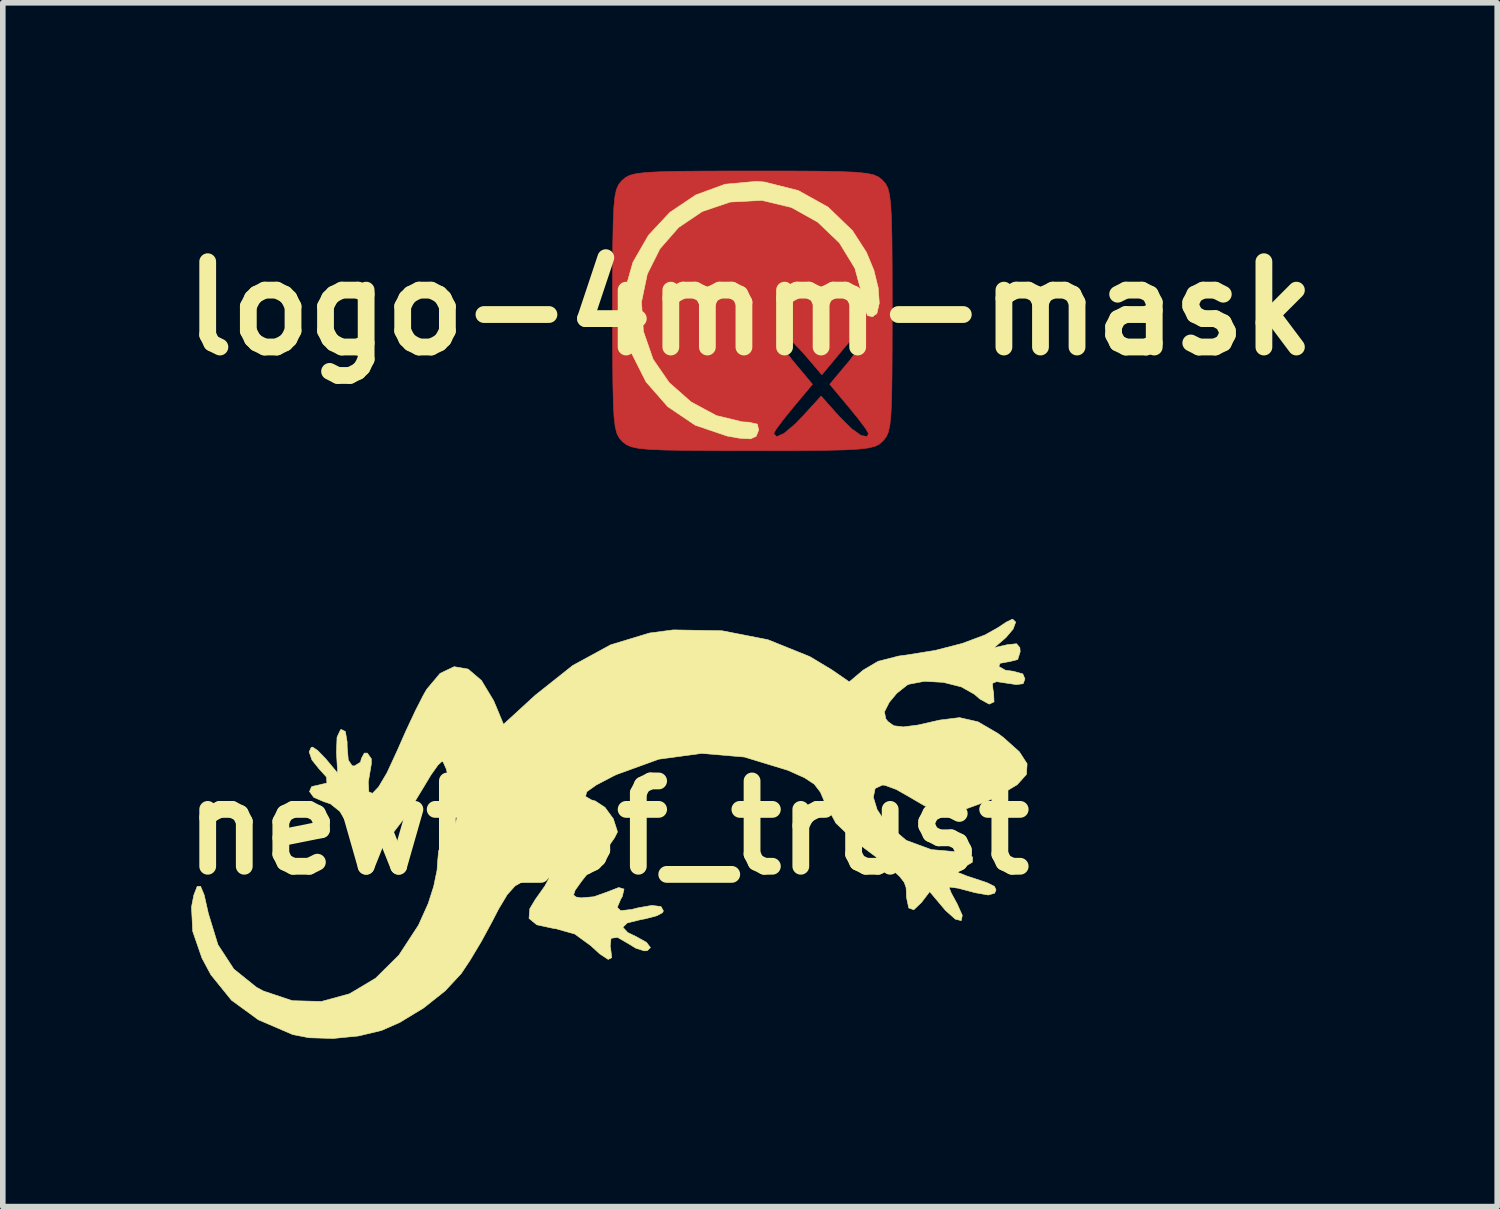
<source format=kicad_pcb>
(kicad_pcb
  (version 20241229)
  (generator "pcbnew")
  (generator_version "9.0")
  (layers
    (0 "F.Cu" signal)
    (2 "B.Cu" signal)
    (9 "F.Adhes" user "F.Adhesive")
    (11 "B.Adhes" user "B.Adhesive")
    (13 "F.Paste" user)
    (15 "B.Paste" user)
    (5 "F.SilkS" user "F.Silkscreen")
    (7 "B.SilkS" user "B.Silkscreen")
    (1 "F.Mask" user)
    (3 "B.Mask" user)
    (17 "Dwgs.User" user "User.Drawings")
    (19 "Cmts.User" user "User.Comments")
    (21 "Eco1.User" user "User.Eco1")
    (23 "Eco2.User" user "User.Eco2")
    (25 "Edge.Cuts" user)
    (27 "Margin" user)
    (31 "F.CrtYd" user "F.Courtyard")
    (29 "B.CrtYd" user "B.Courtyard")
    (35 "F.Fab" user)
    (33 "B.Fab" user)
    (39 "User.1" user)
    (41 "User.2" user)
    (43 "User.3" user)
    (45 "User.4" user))
  (footprint "logo-4mm-mask"
    (layer "F.Cu")
    (at 10.349 2.46)
    (property "Reference" "logo-4mm-mask" (at 0 0 0) (layer "F.SilkS") (effects (font (size 1.524 1.524) (thickness 0.3))))
    (attr through_hole)
    (fp_poly (pts (xy 0.705 -2.455) (xy 1.218 -2.452) (xy 1.605 -2.445) (xy 1.884 -2.433) (xy 2.078 -2.414) (xy 2.208 -2.387) (xy 2.293 -2.349) (xy 2.356 -2.301) (xy 2.371 -2.286) (xy 2.423 -2.226) (xy 2.463 -2.148) (xy 2.492 -2.032) (xy 2.513 -1.857) (xy 2.527 -1.601) (xy 2.535 -1.244) (xy 2.539 -0.766) (xy 2.54 -0.144) (xy 2.54 0.042) (xy 2.539 0.705) (xy 2.536 1.218) (xy 2.53 1.605) (xy 2.518 1.884) (xy 2.499 2.078) (xy 2.471 2.208) (xy 2.434 2.293) (xy 2.385 2.356) (xy 2.371 2.371) (xy 2.311 2.423) (xy 2.233 2.463) (xy 2.117 2.492) (xy 1.942 2.513) (xy 1.686 2.527) (xy 1.329 2.535) (xy 0.85 2.539) (xy 0.228 2.54) (xy 0.042 2.54) (xy -0.62 2.539) (xy -1.134 2.536) (xy -1.52 2.53) (xy -1.8 2.518) (xy -1.994 2.499) (xy -2.123 2.471) (xy -2.208 2.434) (xy -2.271 2.385) (xy -2.286 2.371) (xy -2.338 2.311) (xy -2.378 2.233) (xy -2.408 2.117) (xy -2.429 1.942) (xy -2.442 1.686) (xy -2.45 1.329) (xy -2.454 0.85) (xy -2.455 0.228) (xy -2.455 0.042) (xy -2.455 -0.136) (xy -2.193 -0.136) (xy -2.179 0.368) (xy -2.059 0.858) (xy -1.828 1.313) (xy -1.486 1.711) (xy -1.03 2.028) (xy -0.593 2.207) (xy -0.33 2.264) (xy -0.087 2.279) (xy 0.088 2.254) (xy 0.107 2.234) (xy 0.423 2.234) (xy 0.473 2.293) (xy 0.608 2.232) (xy 0.808 2.064) (xy 0.941 1.926) (xy 1.27 1.566) (xy 1.59 1.926) (xy 1.807 2.143) (xy 1.983 2.269) (xy 2.092 2.289) (xy 2.117 2.234) (xy 2.066 2.147) (xy 1.935 1.972) (xy 1.77 1.769) (xy 1.424 1.355) (xy 1.773 0.938) (xy 1.964 0.685) (xy 2.044 0.52) (xy 2.029 0.464) (xy 1.925 0.429) (xy 1.909 0.436) (xy 1.844 0.512) (xy 1.705 0.678) (xy 1.582 0.826) (xy 1.283 1.185) (xy 0.948 0.793) (xy 0.743 0.58) (xy 0.584 0.467) (xy 0.516 0.461) (xy 0.507 0.56) (xy 0.63 0.764) (xy 0.767 0.938) (xy 1.116 1.355) (xy 0.77 1.769) (xy 0.591 1.99) (xy 0.465 2.159) (xy 0.423 2.234) (xy 0.107 2.234) (xy 0.15 2.19) (xy 0.148 2.18) (xy 0.05 2.107) (xy -0.158 2.041) (xy -0.282 2.018) (xy -0.807 1.866) (xy -1.245 1.591) (xy -1.587 1.219) (xy -1.824 0.775) (xy -1.949 0.287) (xy -1.953 -0.22) (xy -1.827 -0.719) (xy -1.562 -1.184) (xy -1.385 -1.385) (xy -0.935 -1.725) (xy -0.425 -1.92) (xy 0.111 -1.972) (xy 0.644 -1.879) (xy 1.141 -1.641) (xy 1.425 -1.414) (xy 1.757 -1.022) (xy 1.952 -0.591) (xy 2.02 -0.269) (xy 2.079 -0.018) (xy 2.156 0.127) (xy 2.23 0.149) (xy 2.278 0.036) (xy 2.286 -0.089) (xy 2.228 -0.561) (xy 2.043 -0.994) (xy 1.715 -1.422) (xy 1.612 -1.529) (xy 1.187 -1.89) (xy 0.756 -2.105) (xy 0.271 -2.192) (xy -0.146 -2.185) (xy -0.729 -2.07) (xy -1.218 -1.835) (xy -1.611 -1.502) (xy -1.906 -1.093) (xy -2.101 -0.63) (xy -2.193 -0.136) (xy -2.455 -0.136) (xy -2.455 -0.62) (xy -2.452 -1.134) (xy -2.445 -1.52) (xy -2.433 -1.8) (xy -2.414 -1.994) (xy -2.387 -2.123) (xy -2.349 -2.208) (xy -2.301 -2.271) (xy -2.286 -2.286) (xy -2.226 -2.338) (xy -2.148 -2.378) (xy -2.032 -2.408) (xy -1.857 -2.429) (xy -1.601 -2.442) (xy -1.244 -2.45) (xy -0.766 -2.454) (xy -0.144 -2.455) (xy 0.042 -2.455) (xy 0.705 -2.455)) (stroke (width 0.01) (type solid)) (fill yes) (layer "F.Cu"))
    (fp_poly (pts (xy 0.705 -2.455) (xy 1.218 -2.452) (xy 1.605 -2.445) (xy 1.884 -2.433) (xy 2.078 -2.414) (xy 2.208 -2.387) (xy 2.293 -2.349) (xy 2.356 -2.301) (xy 2.371 -2.286) (xy 2.423 -2.226) (xy 2.463 -2.148) (xy 2.492 -2.032) (xy 2.513 -1.857) (xy 2.527 -1.601) (xy 2.535 -1.244) (xy 2.539 -0.766) (xy 2.54 -0.144) (xy 2.54 0.042) (xy 2.539 0.705) (xy 2.536 1.218) (xy 2.53 1.605) (xy 2.518 1.884) (xy 2.499 2.078) (xy 2.471 2.208) (xy 2.434 2.293) (xy 2.385 2.356) (xy 2.371 2.371) (xy 2.311 2.423) (xy 2.233 2.463) (xy 2.117 2.492) (xy 1.942 2.513) (xy 1.686 2.527) (xy 1.329 2.535) (xy 0.85 2.539) (xy 0.228 2.54) (xy 0.042 2.54) (xy -0.62 2.539) (xy -1.134 2.536) (xy -1.52 2.53) (xy -1.8 2.518) (xy -1.994 2.499) (xy -2.123 2.471) (xy -2.208 2.434) (xy -2.271 2.385) (xy -2.286 2.371) (xy -2.338 2.311) (xy -2.378 2.233) (xy -2.408 2.117) (xy -2.429 1.942) (xy -2.442 1.686) (xy -2.45 1.329) (xy -2.454 0.85) (xy -2.455 0.228) (xy -2.455 0.042) (xy -2.455 -0.136) (xy -2.193 -0.136) (xy -2.179 0.368) (xy -2.059 0.858) (xy -1.828 1.313) (xy -1.486 1.711) (xy -1.03 2.028) (xy -0.593 2.207) (xy -0.33 2.264) (xy -0.087 2.279) (xy 0.088 2.254) (xy 0.107 2.234) (xy 0.423 2.234) (xy 0.473 2.293) (xy 0.608 2.232) (xy 0.808 2.064) (xy 0.941 1.926) (xy 1.27 1.566) (xy 1.59 1.926) (xy 1.807 2.143) (xy 1.983 2.269) (xy 2.092 2.289) (xy 2.117 2.234) (xy 2.066 2.147) (xy 1.935 1.972) (xy 1.77 1.769) (xy 1.424 1.355) (xy 1.773 0.938) (xy 1.964 0.685) (xy 2.044 0.52) (xy 2.029 0.464) (xy 1.925 0.429) (xy 1.909 0.436) (xy 1.844 0.512) (xy 1.705 0.678) (xy 1.582 0.826) (xy 1.283 1.185) (xy 0.948 0.793) (xy 0.743 0.58) (xy 0.584 0.467) (xy 0.516 0.461) (xy 0.507 0.56) (xy 0.63 0.764) (xy 0.767 0.938) (xy 1.116 1.355) (xy 0.77 1.769) (xy 0.591 1.99) (xy 0.465 2.159) (xy 0.423 2.234) (xy 0.107 2.234) (xy 0.15 2.19) (xy 0.148 2.18) (xy 0.05 2.107) (xy -0.158 2.041) (xy -0.282 2.018) (xy -0.807 1.866) (xy -1.245 1.591) (xy -1.587 1.219) (xy -1.824 0.775) (xy -1.949 0.287) (xy -1.953 -0.22) (xy -1.827 -0.719) (xy -1.562 -1.184) (xy -1.385 -1.385) (xy -0.935 -1.725) (xy -0.425 -1.92) (xy 0.111 -1.972) (xy 0.644 -1.879) (xy 1.141 -1.641) (xy 1.425 -1.414) (xy 1.757 -1.022) (xy 1.952 -0.591) (xy 2.02 -0.269) (xy 2.079 -0.018) (xy 2.156 0.127) (xy 2.23 0.149) (xy 2.278 0.036) (xy 2.286 -0.089) (xy 2.228 -0.561) (xy 2.043 -0.994) (xy 1.715 -1.422) (xy 1.612 -1.529) (xy 1.187 -1.89) (xy 0.756 -2.105) (xy 0.271 -2.192) (xy -0.146 -2.185) (xy -0.729 -2.07) (xy -1.218 -1.835) (xy -1.611 -1.502) (xy -1.906 -1.093) (xy -2.101 -0.63) (xy -2.193 -0.136) (xy -2.455 -0.136) (xy -2.455 -0.62) (xy -2.452 -1.134) (xy -2.445 -1.52) (xy -2.433 -1.8) (xy -2.414 -1.994) (xy -2.387 -2.123) (xy -2.349 -2.208) (xy -2.301 -2.271) (xy -2.286 -2.286) (xy -2.226 -2.338) (xy -2.148 -2.378) (xy -2.032 -2.408) (xy -1.857 -2.429) (xy -1.601 -2.442) (xy -1.244 -2.45) (xy -0.766 -2.454) (xy -0.144 -2.455) (xy 0.042 -2.455) (xy 0.705 -2.455)) (stroke (width 0.01) (type solid)) (fill yes) (layer "F.Mask"))
    (fp_poly (pts (xy 0.262 -2.258) (xy 0.862 -2.106) (xy 1.393 -1.811) (xy 1.83 -1.39) (xy 2.08 -1.002) (xy 2.213 -0.681) (xy 2.29 -0.365) (xy 2.309 -0.094) (xy 2.266 0.091) (xy 2.192 0.149) (xy 2.1 0.127) (xy 2.043 -0.008) (xy 2.011 -0.211) (xy 1.873 -0.719) (xy 1.596 -1.172) (xy 1.209 -1.542) (xy 0.74 -1.804) (xy 0.218 -1.929) (xy 0.206 -1.93) (xy -0.353 -1.901) (xy -0.853 -1.732) (xy -1.277 -1.446) (xy -1.609 -1.066) (xy -1.835 -0.615) (xy -1.939 -0.116) (xy -1.905 0.409) (xy -1.732 0.908) (xy -1.444 1.326) (xy -1.053 1.671) (xy -0.602 1.914) (xy -0.135 2.027) (xy -0.025 2.032) (xy 0.131 2.067) (xy 0.154 2.173) (xy 0.11 2.284) (xy 0.009 2.33) (xy -0.19 2.318) (xy -0.411 2.279) (xy -0.979 2.086) (xy -1.468 1.756) (xy -1.858 1.312) (xy -2.129 0.774) (xy -2.248 0.279) (xy -2.244 -0.288) (xy -2.092 -0.824) (xy -1.814 -1.307) (xy -1.433 -1.715) (xy -0.97 -2.027) (xy -0.446 -2.219) (xy 0.116 -2.27) (xy 0.262 -2.258)) (stroke (width 0.01) (type solid)) (fill yes) (layer "F.SilkS")))
  (footprint "newt_of_trust"
    (layer "F.Cu")
    (at 7.809 11.736)
    (property "Reference" "newt_of_trust" (at 0 0 0) (layer "F.SilkS") (effects (font (size 1.524 1.524) (thickness 0.3))))
    (attr through_hole)
    (fp_poly (pts (xy 7.286 -3.673) (xy 7.24 -3.548) (xy 7.112 -3.397) (xy 7.091 -3.378) (xy 6.9 -3.215) (xy 7.133 -3.268) (xy 7.301 -3.286) (xy 7.361 -3.215) (xy 7.366 -3.142) (xy 7.322 -3.004) (xy 7.163 -2.963) (xy 7.149 -2.963) (xy 7.005 -2.936) (xy 6.985 -2.879) (xy 7.102 -2.813) (xy 7.244 -2.794) (xy 7.413 -2.747) (xy 7.451 -2.658) (xy 7.42 -2.572) (xy 7.298 -2.556) (xy 7.144 -2.579) (xy 6.944 -2.609) (xy 6.87 -2.578) (xy 6.881 -2.461) (xy 6.891 -2.419) (xy 6.899 -2.247) (xy 6.812 -2.207) (xy 6.644 -2.3) (xy 6.549 -2.383) (xy 6.315 -2.515) (xy 5.993 -2.596) (xy 5.657 -2.615) (xy 5.381 -2.563) (xy 5.346 -2.547) (xy 5.162 -2.401) (xy 5.028 -2.24) (xy 4.941 -2.07) (xy 4.965 -1.947) (xy 5.002 -1.897) (xy 5.108 -1.821) (xy 5.278 -1.8) (xy 5.543 -1.834) (xy 5.927 -1.922) (xy 6.283 -1.966) (xy 6.613 -1.891) (xy 6.966 -1.685) (xy 7.068 -1.609) (xy 7.352 -1.355) (xy 7.49 -1.141) (xy 7.478 -0.951) (xy 7.312 -0.767) (xy 6.986 -0.573) (xy 6.762 -0.467) (xy 6.345 -0.317) (xy 5.996 -0.29) (xy 5.663 -0.388) (xy 5.381 -0.553) (xy 5.152 -0.683) (xy 4.954 -0.756) (xy 4.907 -0.762) (xy 4.775 -0.701) (xy 4.743 -0.543) (xy 4.81 -0.324) (xy 4.97 -0.08) (xy 5.331 0.227) (xy 5.78 0.392) (xy 6.136 0.423) (xy 6.387 0.453) (xy 6.517 0.525) (xy 6.511 0.618) (xy 6.354 0.709) (xy 6.329 0.717) (xy 6.233 0.759) (xy 6.256 0.802) (xy 6.418 0.865) (xy 6.51 0.895) (xy 6.774 0.983) (xy 6.906 1.049) (xy 6.935 1.112) (xy 6.909 1.171) (xy 6.795 1.203) (xy 6.557 1.161) (xy 6.477 1.139) (xy 6.255 1.081) (xy 6.117 1.062) (xy 6.096 1.07) (xy 6.135 1.168) (xy 6.23 1.343) (xy 6.24 1.36) (xy 6.332 1.567) (xy 6.313 1.661) (xy 6.207 1.634) (xy 6.034 1.48) (xy 5.999 1.439) (xy 5.75 1.143) (xy 5.602 1.337) (xy 5.465 1.467) (xy 5.375 1.434) (xy 5.335 1.243) (xy 5.334 1.175) (xy 5.328 1.07) (xy 5.294 0.975) (xy 5.212 0.87) (xy 5.06 0.733) (xy 4.817 0.542) (xy 4.461 0.276) (xy 4.404 0.233) (xy 4.075 -0.08) (xy 3.886 -0.427) (xy 3.797 -0.635) (xy 3.688 -0.777) (xy 3.513 -0.892) (xy 3.227 -1.02) (xy 3.207 -1.028) (xy 2.439 -1.262) (xy 1.673 -1.327) (xy 0.91 -1.223) (xy 0.154 -0.949) (xy 0.106 -0.926) (xy -0.209 -0.761) (xy -0.375 -0.643) (xy -0.4 -0.559) (xy -0.295 -0.496) (xy -0.226 -0.477) (xy -0.052 -0.363) (xy 0.098 -0.158) (xy 0.169 0.062) (xy 0.169 0.083) (xy 0.12 0.18) (xy -0.013 0.371) (xy -0.202 0.619) (xy -0.261 0.693) (xy -0.47 0.957) (xy -0.584 1.117) (xy -0.613 1.202) (xy -0.567 1.239) (xy -0.478 1.254) (xy -0.25 1.234) (xy -0.016 1.151) (xy 0.195 1.069) (xy 0.289 1.097) (xy 0.258 1.23) (xy 0.231 1.275) (xy 0.168 1.424) (xy 0.229 1.483) (xy 0.426 1.461) (xy 0.535 1.433) (xy 0.786 1.389) (xy 0.949 1.409) (xy 0.992 1.486) (xy 0.977 1.519) (xy 0.874 1.574) (xy 0.668 1.628) (xy 0.595 1.641) (xy 0.347 1.702) (xy 0.268 1.779) (xy 0.356 1.874) (xy 0.508 1.947) (xy 0.69 2.049) (xy 0.761 2.142) (xy 0.705 2.197) (xy 0.651 2.201) (xy 0.501 2.154) (xy 0.376 2.077) (xy 0.173 1.96) (xy 0.057 1.976) (xy 0.041 2.12) (xy 0.05 2.159) (xy 0.069 2.323) (xy 0.006 2.354) (xy -0.147 2.253) (xy -0.306 2.107) (xy -0.591 1.9) (xy -0.933 1.804) (xy -0.974 1.799) (xy -1.27 1.735) (xy -1.408 1.621) (xy -1.394 1.447) (xy -1.297 1.285) (xy -1.125 1.042) (xy -1.053 0.909) (xy -1.08 0.862) (xy -1.206 0.874) (xy -1.281 0.89) (xy -1.496 0.949) (xy -1.657 1.04) (xy -1.798 1.197) (xy -1.952 1.454) (xy -2.073 1.688) (xy -2.259 2.031) (xy -2.462 2.37) (xy -2.619 2.606) (xy -2.906 2.915) (xy -3.293 3.222) (xy -3.718 3.48) (xy -4.044 3.623) (xy -4.454 3.721) (xy -4.909 3.766) (xy -5.339 3.753) (xy -5.63 3.696) (xy -6.244 3.432) (xy -6.724 3.082) (xy -7.092 2.627) (xy -7.251 2.33) (xy -7.416 1.853) (xy -7.438 1.418) (xy -7.397 1.206) (xy -7.336 1.049) (xy -7.276 1.047) (xy -7.211 1.203) (xy -7.139 1.523) (xy -7.137 1.532) (xy -6.966 2.09) (xy -6.682 2.526) (xy -6.278 2.851) (xy -6.154 2.918) (xy -5.636 3.091) (xy -5.117 3.105) (xy -4.615 2.968) (xy -4.148 2.689) (xy -3.732 2.277) (xy -3.383 1.742) (xy -3.209 1.355) (xy -3.111 1.048) (xy -3.051 0.76) (xy -3.042 0.62) (xy -3.024 0.417) (xy -2.967 0.299) (xy -2.965 0.297) (xy -2.839 0.163) (xy -2.733 -0.039) (xy -2.677 -0.238) (xy -2.694 -0.366) (xy -2.758 -0.508) (xy -2.819 -0.742) (xy -2.834 -0.826) (xy -2.885 -1.045) (xy -2.942 -1.172) (xy -2.963 -1.185) (xy -3.036 -1.117) (xy -3.162 -0.939) (xy -3.305 -0.701) (xy -3.607 -0.206) (xy -3.867 0.131) (xy -4.093 0.313) (xy -4.292 0.343) (xy -4.47 0.225) (xy -4.635 -0.035) (xy -4.788 -0.291) (xy -4.955 -0.425) (xy -5.075 -0.465) (xy -5.254 -0.542) (xy -5.33 -0.646) (xy -5.291 -0.734) (xy -5.165 -0.762) (xy -5.019 -0.798) (xy -5.026 -0.904) (xy -5.165 -1.058) (xy -5.286 -1.21) (xy -5.336 -1.354) (xy -5.299 -1.435) (xy -5.274 -1.439) (xy -5.185 -1.38) (xy -5.045 -1.235) (xy -5.02 -1.206) (xy -4.827 -0.974) (xy -4.848 -1.346) (xy -4.838 -1.616) (xy -4.776 -1.748) (xy -4.763 -1.755) (xy -4.689 -1.718) (xy -4.658 -1.533) (xy -4.657 -1.446) (xy -4.637 -1.208) (xy -4.57 -1.108) (xy -4.53 -1.101) (xy -4.419 -1.169) (xy -4.403 -1.235) (xy -4.351 -1.332) (xy -4.297 -1.332) (xy -4.225 -1.231) (xy -4.226 -1.134) (xy -4.28 -0.812) (xy -4.27 -0.64) (xy -4.205 -0.613) (xy -4.095 -0.728) (xy -3.946 -0.979) (xy -3.771 -1.357) (xy -3.604 -1.735) (xy -3.438 -2.089) (xy -3.296 -2.367) (xy -3.237 -2.47) (xy -2.997 -2.756) (xy -2.746 -2.876) (xy -2.496 -2.833) (xy -2.258 -2.63) (xy -2.041 -2.27) (xy -1.999 -2.172) (xy -1.864 -1.846) (xy -1.298 -2.365) (xy -0.628 -2.897) (xy 0.049 -3.266) (xy 0.747 -3.478) (xy 1.17 -3.533) (xy 2.039 -3.518) (xy 2.859 -3.358) (xy 3.608 -3.056) (xy 3.998 -2.822) (xy 4.313 -2.605) (xy 4.562 -2.815) (xy 4.828 -2.972) (xy 5.196 -3.066) (xy 5.325 -3.083) (xy 5.844 -3.166) (xy 6.33 -3.291) (xy 6.733 -3.441) (xy 6.956 -3.565) (xy 7.125 -3.676) (xy 7.228 -3.725) (xy 7.231 -3.725) (xy 7.286 -3.673)) (stroke (width 0.01) (type solid)) (fill yes) (layer "F.SilkS")))
  (gr_rect
    (start -3 -3)
    (end 23.697 18.506)
    (stroke (width 0.1) (type default))
    (fill no)
    (layer "Edge.Cuts")))
</source>
